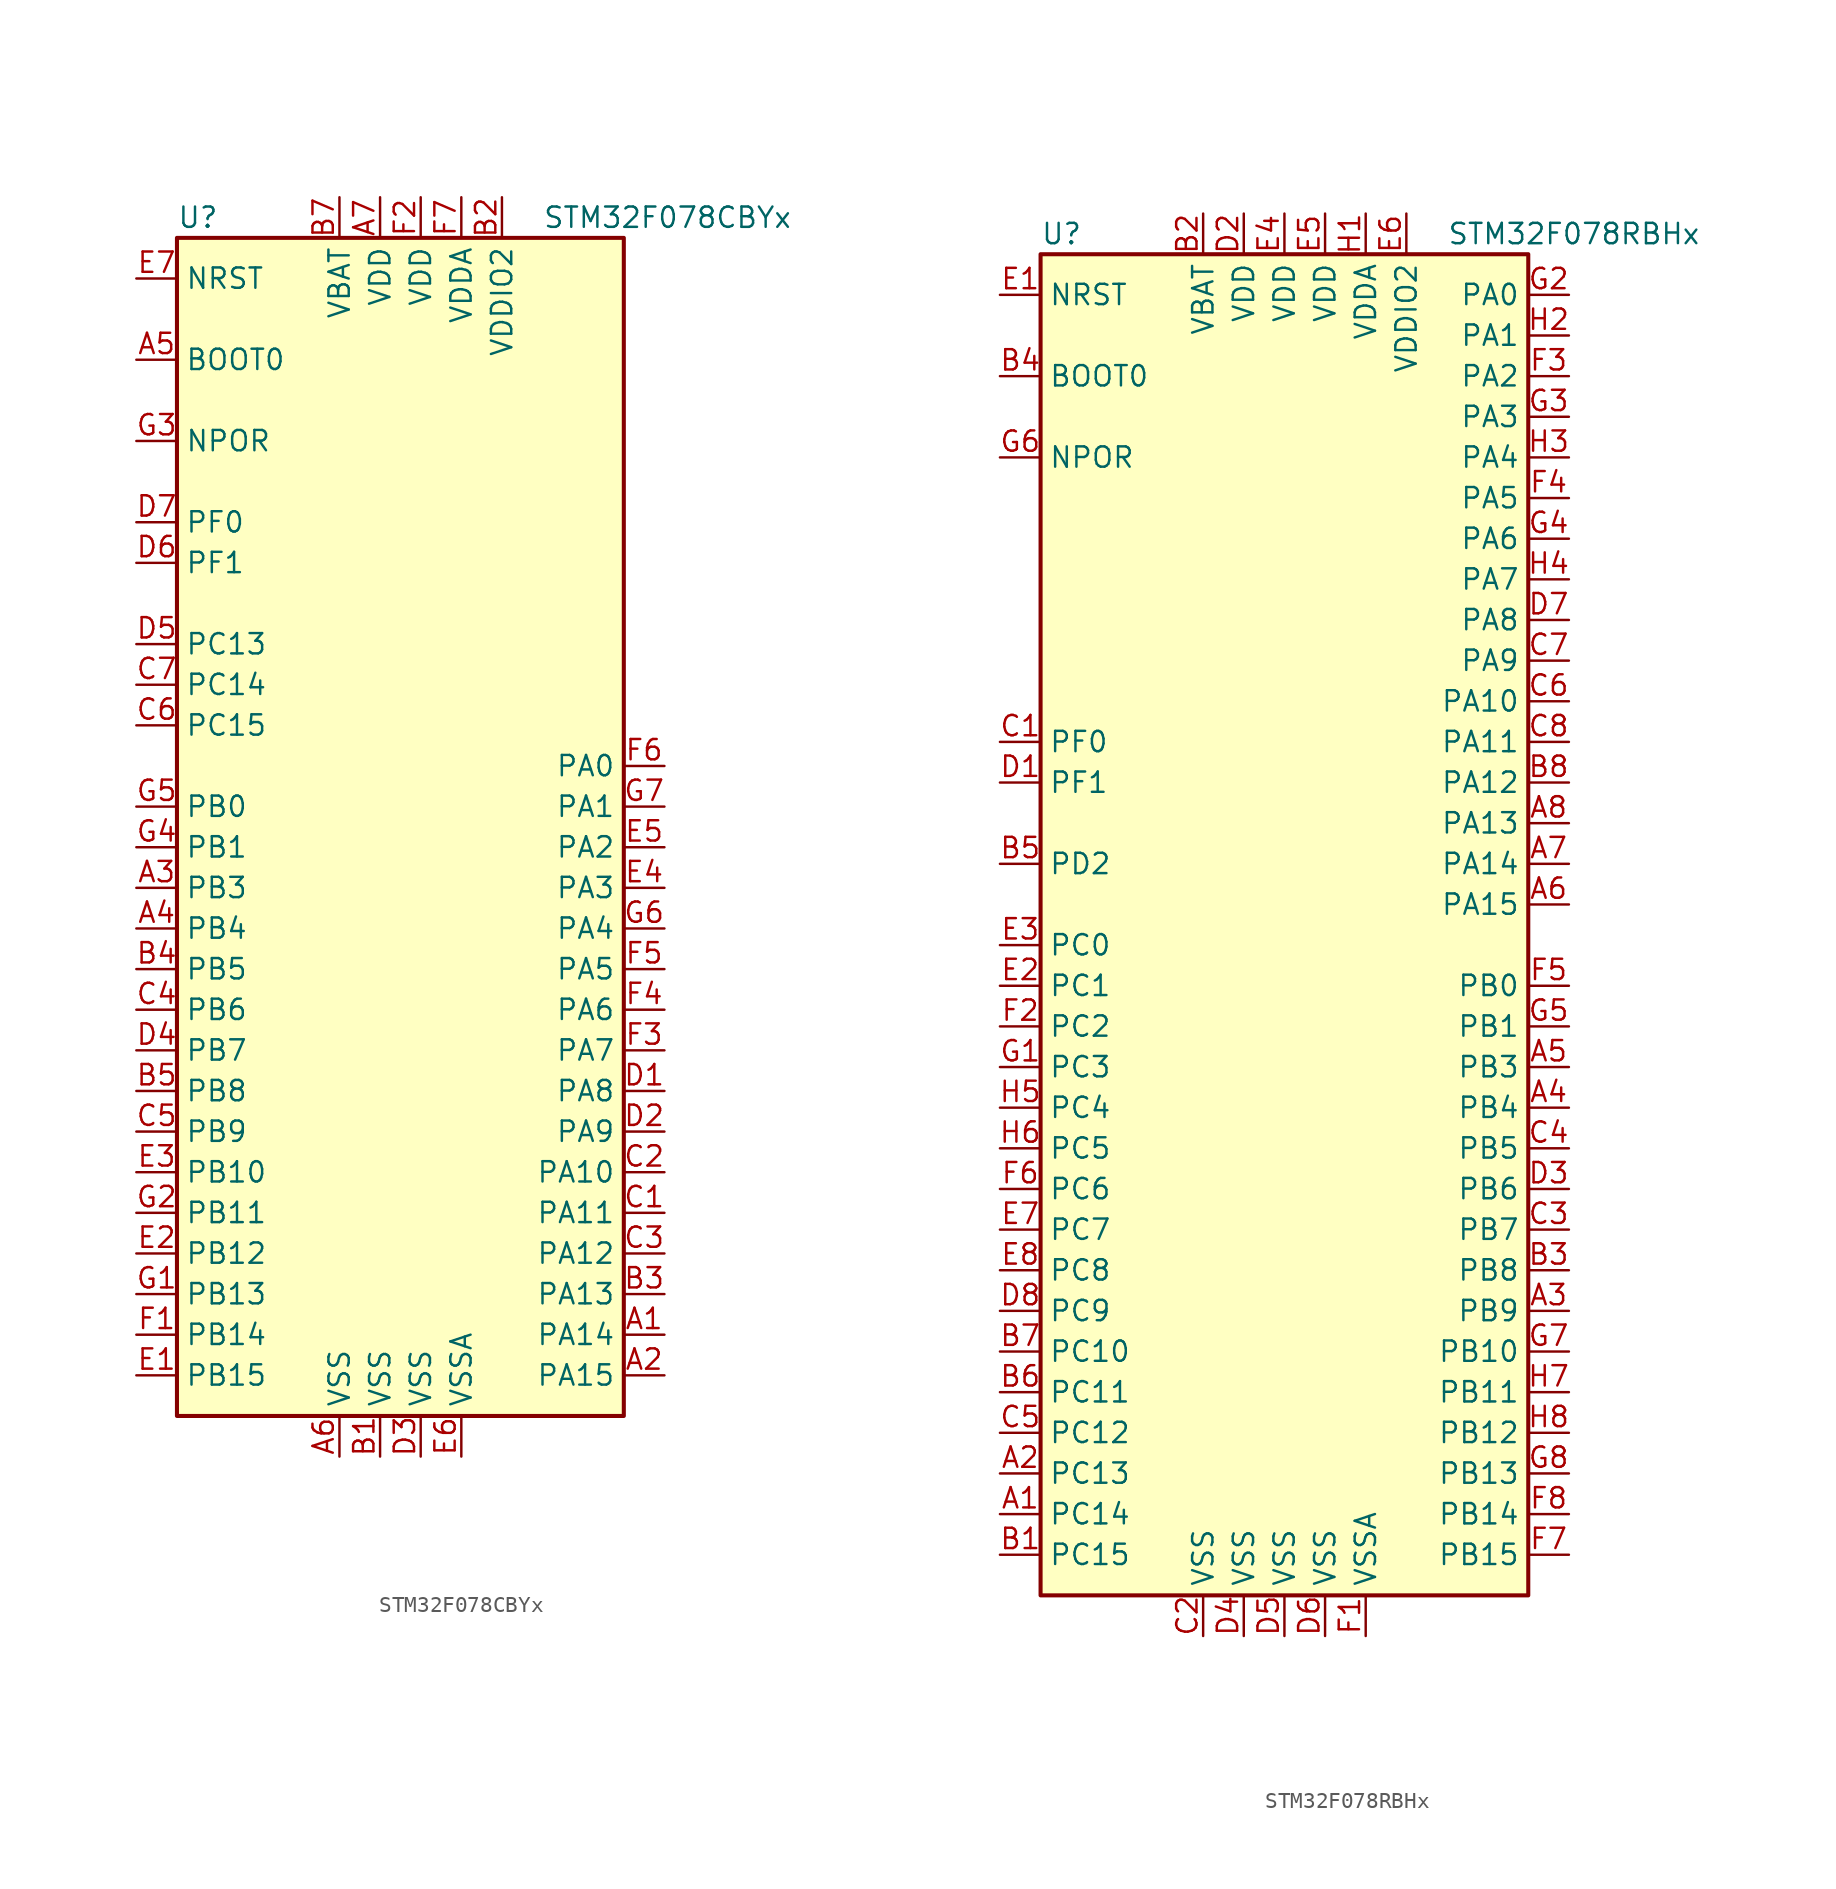
<source format=kicad_sym>
(kicad_symbol_lib
  (version 20211014)
  (generator kicad_symbol_editor)
  (symbol "STM32F078CBYx"
    (property "Reference" "U"
      (at -15.24 36.83 0)
      (effects (font (size 1.27 1.27)) (justify left)))
    (property "Value" "STM32F078CBYx"
      (at 7.62 36.83 0)
      (effects (font (size 1.27 1.27)) (justify left)))
    (symbol "STM32F078CBYx_0_1"
      (rectangle (start -15.24 -38.1) (end 12.7 35.56) (stroke (width 0.254) (type default) (color 0 0 0 0)) (fill (type background))))
    (symbol "STM32F078CBYx_1_1"
      (pin bidirectional line (at 15.24 -33.02 180) (length 2.54) (name "PA14" (effects (font (size 1.27 1.27)))) (number "A1" (effects (font (size 1.27 1.27)))))
      (pin bidirectional line (at 15.24 -35.56 180) (length 2.54) (name "PA15" (effects (font (size 1.27 1.27)))) (number "A2" (effects (font (size 1.27 1.27)))))
      (pin bidirectional line (at -17.78 -5.08 0) (length 2.54) (name "PB3" (effects (font (size 1.27 1.27)))) (number "A3" (effects (font (size 1.27 1.27)))))
      (pin bidirectional line (at -17.78 -7.62 0) (length 2.54) (name "PB4" (effects (font (size 1.27 1.27)))) (number "A4" (effects (font (size 1.27 1.27)))))
      (pin input line (at -17.78 27.94 0) (length 2.54) (name "BOOT0" (effects (font (size 1.27 1.27)))) (number "A5" (effects (font (size 1.27 1.27)))))
      (pin power_in line (at -5.08 -40.64 90) (length 2.54) (name "VSS" (effects (font (size 1.27 1.27)))) (number "A6" (effects (font (size 1.27 1.27)))))
      (pin power_in line (at -2.54 38.1 270) (length 2.54) (name "VDD" (effects (font (size 1.27 1.27)))) (number "A7" (effects (font (size 1.27 1.27)))))
      (pin power_in line (at -2.54 -40.64 90) (length 2.54) (name "VSS" (effects (font (size 1.27 1.27)))) (number "B1" (effects (font (size 1.27 1.27)))))
      (pin power_in line (at 5.08 38.1 270) (length 2.54) (name "VDDIO2" (effects (font (size 1.27 1.27)))) (number "B2" (effects (font (size 1.27 1.27)))))
      (pin bidirectional line (at 15.24 -30.48 180) (length 2.54) (name "PA13" (effects (font (size 1.27 1.27)))) (number "B3" (effects (font (size 1.27 1.27)))))
      (pin bidirectional line (at -17.78 -10.16 0) (length 2.54) (name "PB5" (effects (font (size 1.27 1.27)))) (number "B4" (effects (font (size 1.27 1.27)))))
      (pin bidirectional line (at -17.78 -17.78 0) (length 2.54) (name "PB8" (effects (font (size 1.27 1.27)))) (number "B5" (effects (font (size 1.27 1.27)))))
      (pin no_connect line (at -15.24 -35.56 0) (length 2.54) hide (name "NC" (effects (font (size 1.27 1.27)))) (number "B6" (effects (font (size 1.27 1.27)))))
      (pin power_in line (at -5.08 38.1 270) (length 2.54) (name "VBAT" (effects (font (size 1.27 1.27)))) (number "B7" (effects (font (size 1.27 1.27)))))
      (pin bidirectional line (at 15.24 -25.4 180) (length 2.54) (name "PA11" (effects (font (size 1.27 1.27)))) (number "C1" (effects (font (size 1.27 1.27)))))
      (pin bidirectional line (at 15.24 -22.86 180) (length 2.54) (name "PA10" (effects (font (size 1.27 1.27)))) (number "C2" (effects (font (size 1.27 1.27)))))
      (pin bidirectional line (at 15.24 -27.94 180) (length 2.54) (name "PA12" (effects (font (size 1.27 1.27)))) (number "C3" (effects (font (size 1.27 1.27)))))
      (pin bidirectional line (at -17.78 -12.7 0) (length 2.54) (name "PB6" (effects (font (size 1.27 1.27)))) (number "C4" (effects (font (size 1.27 1.27)))))
      (pin bidirectional line (at -17.78 -20.32 0) (length 2.54) (name "PB9" (effects (font (size 1.27 1.27)))) (number "C5" (effects (font (size 1.27 1.27)))))
      (pin bidirectional line (at -17.78 5.08 0) (length 2.54) (name "PC15" (effects (font (size 1.27 1.27)))) (number "C6" (effects (font (size 1.27 1.27)))))
      (pin bidirectional line (at -17.78 7.62 0) (length 2.54) (name "PC14" (effects (font (size 1.27 1.27)))) (number "C7" (effects (font (size 1.27 1.27)))))
      (pin bidirectional line (at 15.24 -17.78 180) (length 2.54) (name "PA8" (effects (font (size 1.27 1.27)))) (number "D1" (effects (font (size 1.27 1.27)))))
      (pin bidirectional line (at 15.24 -20.32 180) (length 2.54) (name "PA9" (effects (font (size 1.27 1.27)))) (number "D2" (effects (font (size 1.27 1.27)))))
      (pin power_in line (at 0 -40.64 90) (length 2.54) (name "VSS" (effects (font (size 1.27 1.27)))) (number "D3" (effects (font (size 1.27 1.27)))))
      (pin bidirectional line (at -17.78 -15.24 0) (length 2.54) (name "PB7" (effects (font (size 1.27 1.27)))) (number "D4" (effects (font (size 1.27 1.27)))))
      (pin bidirectional line (at -17.78 10.16 0) (length 2.54) (name "PC13" (effects (font (size 1.27 1.27)))) (number "D5" (effects (font (size 1.27 1.27)))))
      (pin input line (at -17.78 15.24 0) (length 2.54) (name "PF1" (effects (font (size 1.27 1.27)))) (number "D6" (effects (font (size 1.27 1.27)))))
      (pin input line (at -17.78 17.78 0) (length 2.54) (name "PF0" (effects (font (size 1.27 1.27)))) (number "D7" (effects (font (size 1.27 1.27)))))
      (pin bidirectional line (at -17.78 -35.56 0) (length 2.54) (name "PB15" (effects (font (size 1.27 1.27)))) (number "E1" (effects (font (size 1.27 1.27)))))
      (pin bidirectional line (at -17.78 -27.94 0) (length 2.54) (name "PB12" (effects (font (size 1.27 1.27)))) (number "E2" (effects (font (size 1.27 1.27)))))
      (pin bidirectional line (at -17.78 -22.86 0) (length 2.54) (name "PB10" (effects (font (size 1.27 1.27)))) (number "E3" (effects (font (size 1.27 1.27)))))
      (pin bidirectional line (at 15.24 -5.08 180) (length 2.54) (name "PA3" (effects (font (size 1.27 1.27)))) (number "E4" (effects (font (size 1.27 1.27)))))
      (pin bidirectional line (at 15.24 -2.54 180) (length 2.54) (name "PA2" (effects (font (size 1.27 1.27)))) (number "E5" (effects (font (size 1.27 1.27)))))
      (pin power_in line (at 2.54 -40.64 90) (length 2.54) (name "VSSA" (effects (font (size 1.27 1.27)))) (number "E6" (effects (font (size 1.27 1.27)))))
      (pin input line (at -17.78 33.02 0) (length 2.54) (name "NRST" (effects (font (size 1.27 1.27)))) (number "E7" (effects (font (size 1.27 1.27)))))
      (pin bidirectional line (at -17.78 -33.02 0) (length 2.54) (name "PB14" (effects (font (size 1.27 1.27)))) (number "F1" (effects (font (size 1.27 1.27)))))
      (pin power_in line (at 0 38.1 270) (length 2.54) (name "VDD" (effects (font (size 1.27 1.27)))) (number "F2" (effects (font (size 1.27 1.27)))))
      (pin bidirectional line (at 15.24 -15.24 180) (length 2.54) (name "PA7" (effects (font (size 1.27 1.27)))) (number "F3" (effects (font (size 1.27 1.27)))))
      (pin bidirectional line (at 15.24 -12.7 180) (length 2.54) (name "PA6" (effects (font (size 1.27 1.27)))) (number "F4" (effects (font (size 1.27 1.27)))))
      (pin bidirectional line (at 15.24 -10.16 180) (length 2.54) (name "PA5" (effects (font (size 1.27 1.27)))) (number "F5" (effects (font (size 1.27 1.27)))))
      (pin bidirectional line (at 15.24 2.54 180) (length 2.54) (name "PA0" (effects (font (size 1.27 1.27)))) (number "F6" (effects (font (size 1.27 1.27)))))
      (pin power_in line (at 2.54 38.1 270) (length 2.54) (name "VDDA" (effects (font (size 1.27 1.27)))) (number "F7" (effects (font (size 1.27 1.27)))))
      (pin bidirectional line (at -17.78 -30.48 0) (length 2.54) (name "PB13" (effects (font (size 1.27 1.27)))) (number "G1" (effects (font (size 1.27 1.27)))))
      (pin bidirectional line (at -17.78 -25.4 0) (length 2.54) (name "PB11" (effects (font (size 1.27 1.27)))) (number "G2" (effects (font (size 1.27 1.27)))))
      (pin power_in line (at -17.78 22.86 0) (length 2.54) (name "NPOR" (effects (font (size 1.27 1.27)))) (number "G3" (effects (font (size 1.27 1.27)))))
      (pin bidirectional line (at -17.78 -2.54 0) (length 2.54) (name "PB1" (effects (font (size 1.27 1.27)))) (number "G4" (effects (font (size 1.27 1.27)))))
      (pin bidirectional line (at -17.78 0 0) (length 2.54) (name "PB0" (effects (font (size 1.27 1.27)))) (number "G5" (effects (font (size 1.27 1.27)))))
      (pin bidirectional line (at 15.24 -7.62 180) (length 2.54) (name "PA4" (effects (font (size 1.27 1.27)))) (number "G6" (effects (font (size 1.27 1.27)))))
      (pin bidirectional line (at 15.24 0 180) (length 2.54) (name "PA1" (effects (font (size 1.27 1.27)))) (number "G7" (effects (font (size 1.27 1.27)))))))
  (symbol "STM32F078RBHx"
    (property "Reference" "U"
      (at -15.24 41.91 0)
      (effects (font (size 1.27 1.27)) (justify left)))
    (property "Value" "STM32F078RBHx"
      (at 10.16 41.91 0)
      (effects (font (size 1.27 1.27)) (justify left)))
    (symbol "STM32F078RBHx_0_1"
      (rectangle (start -15.24 -43.18) (end 15.24 40.64) (stroke (width 0.254) (type default) (color 0 0 0 0)) (fill (type background))))
    (symbol "STM32F078RBHx_1_1"
      (pin bidirectional line (at -17.78 -38.1 0) (length 2.54) (name "PC14" (effects (font (size 1.27 1.27)))) (number "A1" (effects (font (size 1.27 1.27)))))
      (pin bidirectional line (at -17.78 -35.56 0) (length 2.54) (name "PC13" (effects (font (size 1.27 1.27)))) (number "A2" (effects (font (size 1.27 1.27)))))
      (pin bidirectional line (at 17.78 -25.4 180) (length 2.54) (name "PB9" (effects (font (size 1.27 1.27)))) (number "A3" (effects (font (size 1.27 1.27)))))
      (pin bidirectional line (at 17.78 -12.7 180) (length 2.54) (name "PB4" (effects (font (size 1.27 1.27)))) (number "A4" (effects (font (size 1.27 1.27)))))
      (pin bidirectional line (at 17.78 -10.16 180) (length 2.54) (name "PB3" (effects (font (size 1.27 1.27)))) (number "A5" (effects (font (size 1.27 1.27)))))
      (pin bidirectional line (at 17.78 0 180) (length 2.54) (name "PA15" (effects (font (size 1.27 1.27)))) (number "A6" (effects (font (size 1.27 1.27)))))
      (pin bidirectional line (at 17.78 2.54 180) (length 2.54) (name "PA14" (effects (font (size 1.27 1.27)))) (number "A7" (effects (font (size 1.27 1.27)))))
      (pin bidirectional line (at 17.78 5.08 180) (length 2.54) (name "PA13" (effects (font (size 1.27 1.27)))) (number "A8" (effects (font (size 1.27 1.27)))))
      (pin bidirectional line (at -17.78 -40.64 0) (length 2.54) (name "PC15" (effects (font (size 1.27 1.27)))) (number "B1" (effects (font (size 1.27 1.27)))))
      (pin power_in line (at -5.08 43.18 270) (length 2.54) (name "VBAT" (effects (font (size 1.27 1.27)))) (number "B2" (effects (font (size 1.27 1.27)))))
      (pin bidirectional line (at 17.78 -22.86 180) (length 2.54) (name "PB8" (effects (font (size 1.27 1.27)))) (number "B3" (effects (font (size 1.27 1.27)))))
      (pin input line (at -17.78 33.02 0) (length 2.54) (name "BOOT0" (effects (font (size 1.27 1.27)))) (number "B4" (effects (font (size 1.27 1.27)))))
      (pin bidirectional line (at -17.78 2.54 0) (length 2.54) (name "PD2" (effects (font (size 1.27 1.27)))) (number "B5" (effects (font (size 1.27 1.27)))))
      (pin bidirectional line (at -17.78 -30.48 0) (length 2.54) (name "PC11" (effects (font (size 1.27 1.27)))) (number "B6" (effects (font (size 1.27 1.27)))))
      (pin bidirectional line (at -17.78 -27.94 0) (length 2.54) (name "PC10" (effects (font (size 1.27 1.27)))) (number "B7" (effects (font (size 1.27 1.27)))))
      (pin bidirectional line (at 17.78 7.62 180) (length 2.54) (name "PA12" (effects (font (size 1.27 1.27)))) (number "B8" (effects (font (size 1.27 1.27)))))
      (pin input line (at -17.78 10.16 0) (length 2.54) (name "PF0" (effects (font (size 1.27 1.27)))) (number "C1" (effects (font (size 1.27 1.27)))))
      (pin power_in line (at -5.08 -45.72 90) (length 2.54) (name "VSS" (effects (font (size 1.27 1.27)))) (number "C2" (effects (font (size 1.27 1.27)))))
      (pin bidirectional line (at 17.78 -20.32 180) (length 2.54) (name "PB7" (effects (font (size 1.27 1.27)))) (number "C3" (effects (font (size 1.27 1.27)))))
      (pin bidirectional line (at 17.78 -15.24 180) (length 2.54) (name "PB5" (effects (font (size 1.27 1.27)))) (number "C4" (effects (font (size 1.27 1.27)))))
      (pin bidirectional line (at -17.78 -33.02 0) (length 2.54) (name "PC12" (effects (font (size 1.27 1.27)))) (number "C5" (effects (font (size 1.27 1.27)))))
      (pin bidirectional line (at 17.78 12.7 180) (length 2.54) (name "PA10" (effects (font (size 1.27 1.27)))) (number "C6" (effects (font (size 1.27 1.27)))))
      (pin bidirectional line (at 17.78 15.24 180) (length 2.54) (name "PA9" (effects (font (size 1.27 1.27)))) (number "C7" (effects (font (size 1.27 1.27)))))
      (pin bidirectional line (at 17.78 10.16 180) (length 2.54) (name "PA11" (effects (font (size 1.27 1.27)))) (number "C8" (effects (font (size 1.27 1.27)))))
      (pin input line (at -17.78 7.62 0) (length 2.54) (name "PF1" (effects (font (size 1.27 1.27)))) (number "D1" (effects (font (size 1.27 1.27)))))
      (pin power_in line (at -2.54 43.18 270) (length 2.54) (name "VDD" (effects (font (size 1.27 1.27)))) (number "D2" (effects (font (size 1.27 1.27)))))
      (pin bidirectional line (at 17.78 -17.78 180) (length 2.54) (name "PB6" (effects (font (size 1.27 1.27)))) (number "D3" (effects (font (size 1.27 1.27)))))
      (pin power_in line (at -2.54 -45.72 90) (length 2.54) (name "VSS" (effects (font (size 1.27 1.27)))) (number "D4" (effects (font (size 1.27 1.27)))))
      (pin power_in line (at 0 -45.72 90) (length 2.54) (name "VSS" (effects (font (size 1.27 1.27)))) (number "D5" (effects (font (size 1.27 1.27)))))
      (pin power_in line (at 2.54 -45.72 90) (length 2.54) (name "VSS" (effects (font (size 1.27 1.27)))) (number "D6" (effects (font (size 1.27 1.27)))))
      (pin bidirectional line (at 17.78 17.78 180) (length 2.54) (name "PA8" (effects (font (size 1.27 1.27)))) (number "D7" (effects (font (size 1.27 1.27)))))
      (pin bidirectional line (at -17.78 -25.4 0) (length 2.54) (name "PC9" (effects (font (size 1.27 1.27)))) (number "D8" (effects (font (size 1.27 1.27)))))
      (pin input line (at -17.78 38.1 0) (length 2.54) (name "NRST" (effects (font (size 1.27 1.27)))) (number "E1" (effects (font (size 1.27 1.27)))))
      (pin bidirectional line (at -17.78 -5.08 0) (length 2.54) (name "PC1" (effects (font (size 1.27 1.27)))) (number "E2" (effects (font (size 1.27 1.27)))))
      (pin bidirectional line (at -17.78 -2.54 0) (length 2.54) (name "PC0" (effects (font (size 1.27 1.27)))) (number "E3" (effects (font (size 1.27 1.27)))))
      (pin power_in line (at 0 43.18 270) (length 2.54) (name "VDD" (effects (font (size 1.27 1.27)))) (number "E4" (effects (font (size 1.27 1.27)))))
      (pin power_in line (at 2.54 43.18 270) (length 2.54) (name "VDD" (effects (font (size 1.27 1.27)))) (number "E5" (effects (font (size 1.27 1.27)))))
      (pin power_in line (at 7.62 43.18 270) (length 2.54) (name "VDDIO2" (effects (font (size 1.27 1.27)))) (number "E6" (effects (font (size 1.27 1.27)))))
      (pin bidirectional line (at -17.78 -20.32 0) (length 2.54) (name "PC7" (effects (font (size 1.27 1.27)))) (number "E7" (effects (font (size 1.27 1.27)))))
      (pin bidirectional line (at -17.78 -22.86 0) (length 2.54) (name "PC8" (effects (font (size 1.27 1.27)))) (number "E8" (effects (font (size 1.27 1.27)))))
      (pin power_in line (at 5.08 -45.72 90) (length 2.54) (name "VSSA" (effects (font (size 1.27 1.27)))) (number "F1" (effects (font (size 1.27 1.27)))))
      (pin bidirectional line (at -17.78 -7.62 0) (length 2.54) (name "PC2" (effects (font (size 1.27 1.27)))) (number "F2" (effects (font (size 1.27 1.27)))))
      (pin bidirectional line (at 17.78 33.02 180) (length 2.54) (name "PA2" (effects (font (size 1.27 1.27)))) (number "F3" (effects (font (size 1.27 1.27)))))
      (pin bidirectional line (at 17.78 25.4 180) (length 2.54) (name "PA5" (effects (font (size 1.27 1.27)))) (number "F4" (effects (font (size 1.27 1.27)))))
      (pin bidirectional line (at 17.78 -5.08 180) (length 2.54) (name "PB0" (effects (font (size 1.27 1.27)))) (number "F5" (effects (font (size 1.27 1.27)))))
      (pin bidirectional line (at -17.78 -17.78 0) (length 2.54) (name "PC6" (effects (font (size 1.27 1.27)))) (number "F6" (effects (font (size 1.27 1.27)))))
      (pin bidirectional line (at 17.78 -40.64 180) (length 2.54) (name "PB15" (effects (font (size 1.27 1.27)))) (number "F7" (effects (font (size 1.27 1.27)))))
      (pin bidirectional line (at 17.78 -38.1 180) (length 2.54) (name "PB14" (effects (font (size 1.27 1.27)))) (number "F8" (effects (font (size 1.27 1.27)))))
      (pin bidirectional line (at -17.78 -10.16 0) (length 2.54) (name "PC3" (effects (font (size 1.27 1.27)))) (number "G1" (effects (font (size 1.27 1.27)))))
      (pin bidirectional line (at 17.78 38.1 180) (length 2.54) (name "PA0" (effects (font (size 1.27 1.27)))) (number "G2" (effects (font (size 1.27 1.27)))))
      (pin bidirectional line (at 17.78 30.48 180) (length 2.54) (name "PA3" (effects (font (size 1.27 1.27)))) (number "G3" (effects (font (size 1.27 1.27)))))
      (pin bidirectional line (at 17.78 22.86 180) (length 2.54) (name "PA6" (effects (font (size 1.27 1.27)))) (number "G4" (effects (font (size 1.27 1.27)))))
      (pin bidirectional line (at 17.78 -7.62 180) (length 2.54) (name "PB1" (effects (font (size 1.27 1.27)))) (number "G5" (effects (font (size 1.27 1.27)))))
      (pin power_in line (at -17.78 27.94 0) (length 2.54) (name "NPOR" (effects (font (size 1.27 1.27)))) (number "G6" (effects (font (size 1.27 1.27)))))
      (pin bidirectional line (at 17.78 -27.94 180) (length 2.54) (name "PB10" (effects (font (size 1.27 1.27)))) (number "G7" (effects (font (size 1.27 1.27)))))
      (pin bidirectional line (at 17.78 -35.56 180) (length 2.54) (name "PB13" (effects (font (size 1.27 1.27)))) (number "G8" (effects (font (size 1.27 1.27)))))
      (pin power_in line (at 5.08 43.18 270) (length 2.54) (name "VDDA" (effects (font (size 1.27 1.27)))) (number "H1" (effects (font (size 1.27 1.27)))))
      (pin bidirectional line (at 17.78 35.56 180) (length 2.54) (name "PA1" (effects (font (size 1.27 1.27)))) (number "H2" (effects (font (size 1.27 1.27)))))
      (pin bidirectional line (at 17.78 27.94 180) (length 2.54) (name "PA4" (effects (font (size 1.27 1.27)))) (number "H3" (effects (font (size 1.27 1.27)))))
      (pin bidirectional line (at 17.78 20.32 180) (length 2.54) (name "PA7" (effects (font (size 1.27 1.27)))) (number "H4" (effects (font (size 1.27 1.27)))))
      (pin bidirectional line (at -17.78 -12.7 0) (length 2.54) (name "PC4" (effects (font (size 1.27 1.27)))) (number "H5" (effects (font (size 1.27 1.27)))))
      (pin bidirectional line (at -17.78 -15.24 0) (length 2.54) (name "PC5" (effects (font (size 1.27 1.27)))) (number "H6" (effects (font (size 1.27 1.27)))))
      (pin bidirectional line (at 17.78 -30.48 180) (length 2.54) (name "PB11" (effects (font (size 1.27 1.27)))) (number "H7" (effects (font (size 1.27 1.27)))))
      (pin bidirectional line (at 17.78 -33.02 180) (length 2.54) (name "PB12" (effects (font (size 1.27 1.27)))) (number "H8" (effects (font (size 1.27 1.27))))))))
</source>
